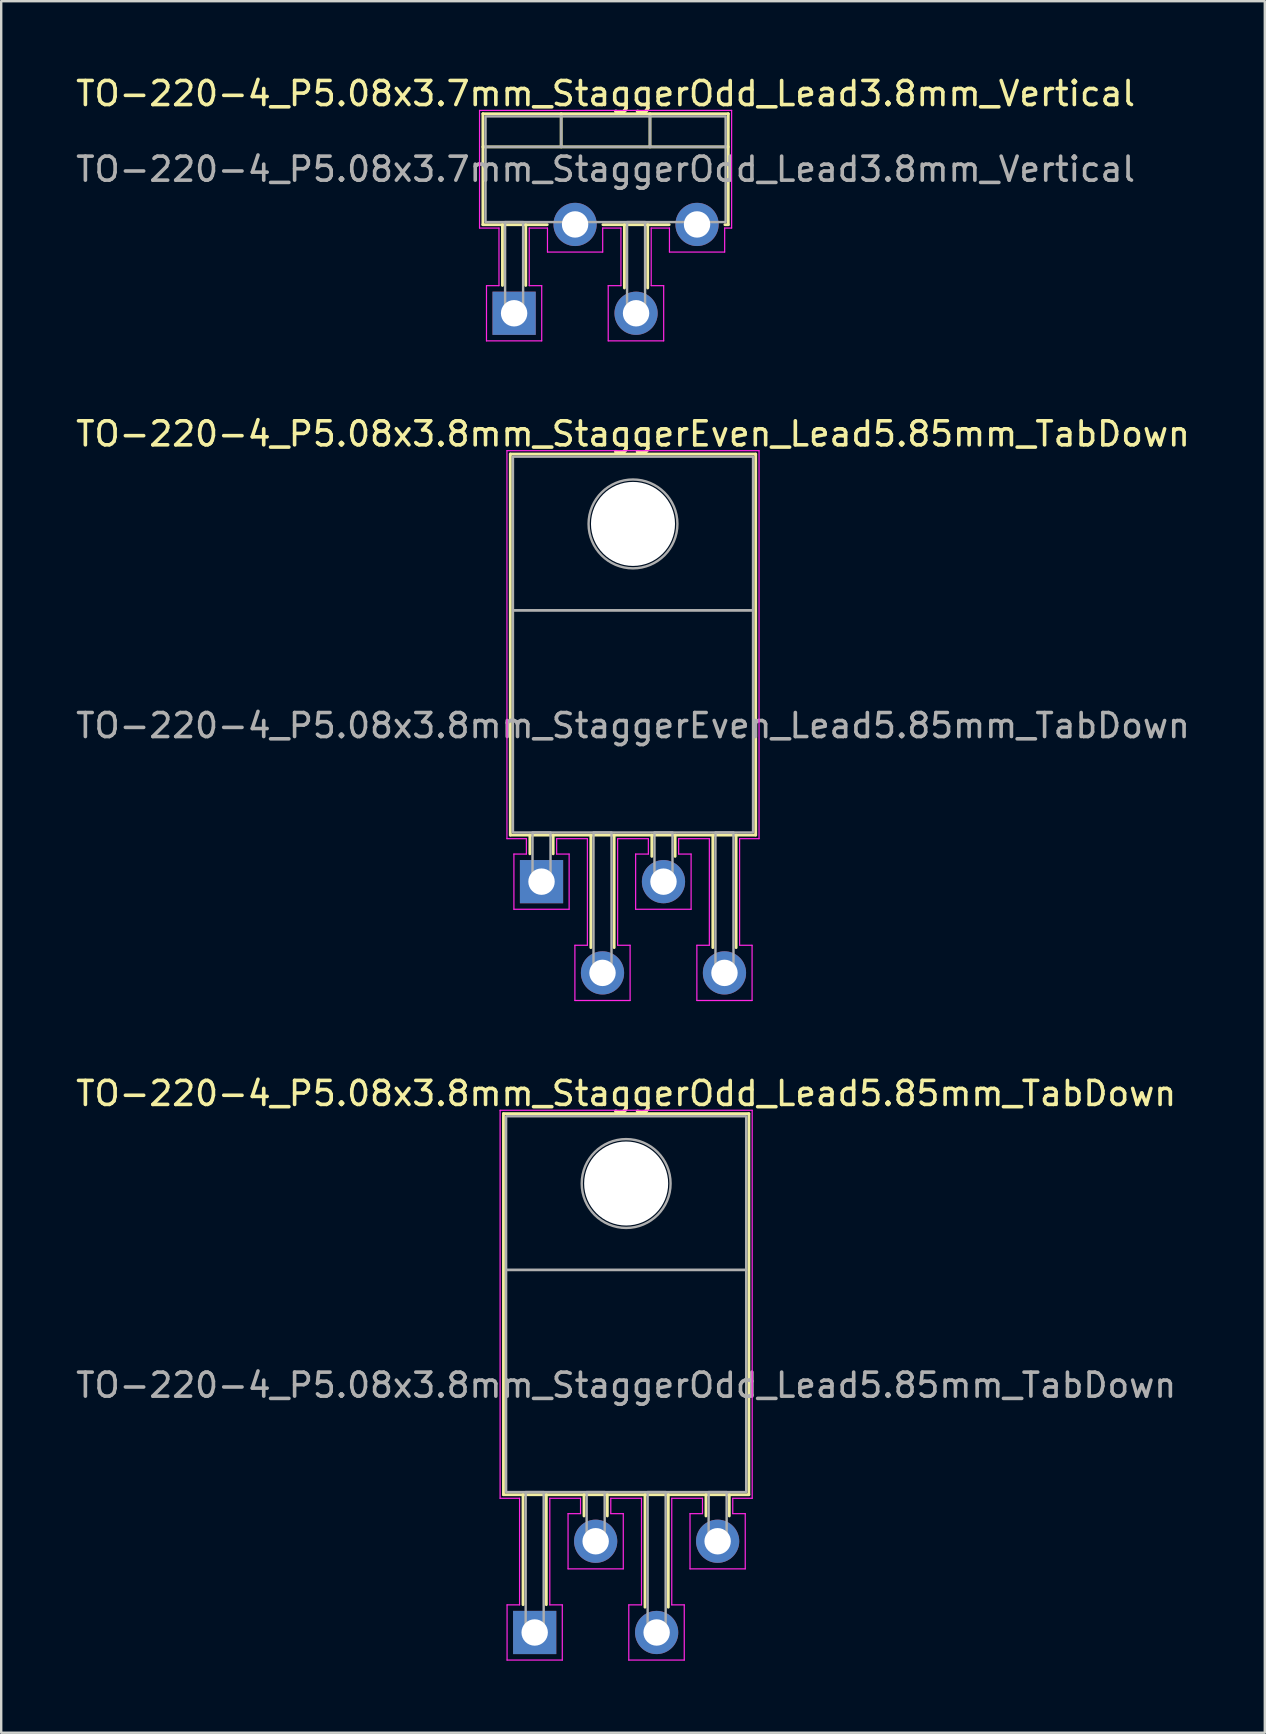
<source format=kicad_pcb>
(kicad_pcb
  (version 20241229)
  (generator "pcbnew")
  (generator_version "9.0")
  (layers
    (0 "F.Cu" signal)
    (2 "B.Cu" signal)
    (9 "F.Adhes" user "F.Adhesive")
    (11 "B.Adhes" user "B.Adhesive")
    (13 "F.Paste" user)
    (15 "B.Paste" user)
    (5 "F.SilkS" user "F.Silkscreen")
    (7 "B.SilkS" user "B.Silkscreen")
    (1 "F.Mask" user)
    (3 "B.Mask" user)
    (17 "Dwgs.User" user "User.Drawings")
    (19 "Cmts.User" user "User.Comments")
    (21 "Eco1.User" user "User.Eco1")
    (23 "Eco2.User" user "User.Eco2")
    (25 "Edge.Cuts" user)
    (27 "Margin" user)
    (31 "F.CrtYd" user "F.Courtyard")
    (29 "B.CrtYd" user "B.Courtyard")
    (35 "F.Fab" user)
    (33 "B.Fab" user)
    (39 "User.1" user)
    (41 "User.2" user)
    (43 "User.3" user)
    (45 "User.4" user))
  (footprint "TO-220-4_P5.08x3.7mm_StaggerOdd_Lead3.8mm_Vertical"
    (layer "F.Cu")
    (at 18.363 9.998)
    (property "Reference" "TO-220-4_P5.08x3.7mm_StaggerOdd_Lead3.8mm_Vertical" (at 3.81 -9.15 0) (layer "F.SilkS") (effects (font (size 1 1) (thickness 0.15))))
    (attr through_hole)
    (fp_line (start -1.3 -8.31) (end -1.3 -3.69) (stroke (width 0.12) (type solid)) (layer "F.SilkS"))
    (fp_line (start -1.3 -8.31) (end 8.92 -8.31) (stroke (width 0.12) (type solid)) (layer "F.SilkS"))
    (fp_line (start -1.3 -6.93) (end 8.92 -6.93) (stroke (width 0.12) (type solid)) (layer "F.SilkS"))
    (fp_line (start -1.3 -3.69) (end 1.38 -3.69) (stroke (width 0.12) (type solid)) (layer "F.SilkS"))
    (fp_line (start -0.485 -3.69) (end -0.485 -1.16) (stroke (width 0.12) (type solid)) (layer "F.SilkS"))
    (fp_line (start 0.485 -3.69) (end 0.485 -1.16) (stroke (width 0.12) (type solid)) (layer "F.SilkS"))
    (fp_line (start 1.96 -8.31) (end 1.96 -6.93) (stroke (width 0.12) (type solid)) (layer "F.SilkS"))
    (fp_line (start 3.7 -3.69) (end 6.46 -3.69) (stroke (width 0.12) (type solid)) (layer "F.SilkS"))
    (fp_line (start 4.595 -3.69) (end 4.595 -1.054) (stroke (width 0.12) (type solid)) (layer "F.SilkS"))
    (fp_line (start 5.565 -3.69) (end 5.565 -1.054) (stroke (width 0.12) (type solid)) (layer "F.SilkS"))
    (fp_line (start 5.66 -8.31) (end 5.66 -6.93) (stroke (width 0.12) (type solid)) (layer "F.SilkS"))
    (fp_line (start 8.78 -3.69) (end 8.92 -3.69) (stroke (width 0.12) (type solid)) (layer "F.SilkS"))
    (fp_line (start 8.92 -8.31) (end 8.92 -3.69) (stroke (width 0.12) (type solid)) (layer "F.SilkS"))
    (fp_line (start -1.44 -8.45) (end 9.06 -8.45) (stroke (width 0.05) (type solid)) (layer "F.CrtYd"))
    (fp_line (start -1.44 -3.55) (end -1.44 -8.45) (stroke (width 0.05) (type solid)) (layer "F.CrtYd"))
    (fp_line (start -1.15 -1.15) (end -0.63 -1.15) (stroke (width 0.05) (type solid)) (layer "F.CrtYd"))
    (fp_line (start -1.15 1.15) (end -1.15 -1.15) (stroke (width 0.05) (type solid)) (layer "F.CrtYd"))
    (fp_line (start -0.63 -3.55) (end -1.44 -3.55) (stroke (width 0.05) (type solid)) (layer "F.CrtYd"))
    (fp_line (start -0.63 -1.15) (end -0.63 -3.55) (stroke (width 0.05) (type solid)) (layer "F.CrtYd"))
    (fp_line (start 0.63 -3.55) (end 0.63 -1.15) (stroke (width 0.05) (type solid)) (layer "F.CrtYd"))
    (fp_line (start 0.63 -1.15) (end 1.15 -1.15) (stroke (width 0.05) (type solid)) (layer "F.CrtYd"))
    (fp_line (start 1.15 -1.15) (end 1.15 1.15) (stroke (width 0.05) (type solid)) (layer "F.CrtYd"))
    (fp_line (start 1.15 1.15) (end -1.15 1.15) (stroke (width 0.05) (type solid)) (layer "F.CrtYd"))
    (fp_line (start 1.39 -3.55) (end 0.63 -3.55) (stroke (width 0.05) (type solid)) (layer "F.CrtYd"))
    (fp_line (start 1.39 -2.55) (end 1.39 -3.55) (stroke (width 0.05) (type solid)) (layer "F.CrtYd"))
    (fp_line (start 3.69 -3.55) (end 3.69 -2.55) (stroke (width 0.05) (type solid)) (layer "F.CrtYd"))
    (fp_line (start 3.69 -2.55) (end 1.39 -2.55) (stroke (width 0.05) (type solid)) (layer "F.CrtYd"))
    (fp_line (start 3.92 -1.15) (end 4.45 -1.15) (stroke (width 0.05) (type solid)) (layer "F.CrtYd"))
    (fp_line (start 3.92 1.15) (end 3.92 -1.15) (stroke (width 0.05) (type solid)) (layer "F.CrtYd"))
    (fp_line (start 4.45 -3.55) (end 3.69 -3.55) (stroke (width 0.05) (type solid)) (layer "F.CrtYd"))
    (fp_line (start 4.45 -1.15) (end 4.45 -3.55) (stroke (width 0.05) (type solid)) (layer "F.CrtYd"))
    (fp_line (start 5.71 -3.55) (end 5.71 -1.15) (stroke (width 0.05) (type solid)) (layer "F.CrtYd"))
    (fp_line (start 5.71 -1.15) (end 6.23 -1.15) (stroke (width 0.05) (type solid)) (layer "F.CrtYd"))
    (fp_line (start 6.23 -1.15) (end 6.23 1.15) (stroke (width 0.05) (type solid)) (layer "F.CrtYd"))
    (fp_line (start 6.23 1.15) (end 3.92 1.15) (stroke (width 0.05) (type solid)) (layer "F.CrtYd"))
    (fp_line (start 6.47 -3.55) (end 5.71 -3.55) (stroke (width 0.05) (type solid)) (layer "F.CrtYd"))
    (fp_line (start 6.47 -2.55) (end 6.47 -3.55) (stroke (width 0.05) (type solid)) (layer "F.CrtYd"))
    (fp_line (start 8.77 -3.55) (end 8.77 -2.55) (stroke (width 0.05) (type solid)) (layer "F.CrtYd"))
    (fp_line (start 8.77 -2.55) (end 6.47 -2.55) (stroke (width 0.05) (type solid)) (layer "F.CrtYd"))
    (fp_line (start 9.06 -8.45) (end 9.06 -3.55) (stroke (width 0.05) (type solid)) (layer "F.CrtYd"))
    (fp_line (start 9.06 -3.55) (end 8.77 -3.55) (stroke (width 0.05) (type solid)) (layer "F.CrtYd"))
    (fp_line (start -1.19 -6.93) (end 8.81 -6.93) (stroke (width 0.1) (type solid)) (layer "F.Fab"))
    (fp_line (start 1.96 -8.2) (end 1.96 -6.93) (stroke (width 0.1) (type solid)) (layer "F.Fab"))
    (fp_line (start 5.66 -8.2) (end 5.66 -6.93) (stroke (width 0.1) (type solid)) (layer "F.Fab"))
    (fp_rect (start -1.19 -8.2) (end 8.81 -3.8) (stroke (width 0.1) (type solid)) (fill no) (layer "F.Fab"))
    (fp_rect (start -0.375 -3.8) (end 0.375 0) (stroke (width 0.1) (type solid)) (fill no) (layer "F.Fab"))
    (fp_rect (start 2.165 -3.8) (end 2.915 -3.7) (stroke (width 0.1) (type solid)) (fill no) (layer "F.Fab"))
    (fp_rect (start 4.705 -3.8) (end 5.455 0) (stroke (width 0.1) (type solid)) (fill no) (layer "F.Fab"))
    (fp_rect (start 7.245 -3.8) (end 7.995 -3.7) (stroke (width 0.1) (type solid)) (fill no) (layer "F.Fab"))
    (fp_text user "${REFERENCE}" (at 3.81 -6 0) (layer "F.Fab") (effects (font (size 1 1) (thickness 0.15))))
    (pad "1" thru_hole rect (at 0 0) (size 1.8 1.8) (drill 1.1) (layers "*.Cu" "*.Mask"))
    (pad "2" thru_hole circle (at 2.54 -3.7) (size 1.8 1.8) (drill 1.1) (layers "*.Cu" "*.Mask"))
    (pad "3" thru_hole circle (at 5.08 0) (size 1.8 1.8) (drill 1.1) (layers "*.Cu" "*.Mask"))
    (pad "4" thru_hole circle (at 7.62 -3.7) (size 1.8 1.8) (drill 1.1) (layers "*.Cu" "*.Mask")))
  (footprint "TO-220-4_P5.08x3.8mm_StaggerOdd_Lead5.85mm_TabDown"
    (layer "F.Cu")
    (at 19.22 64.945)
    (property "Reference" "TO-220-4_P5.08x3.8mm_StaggerOdd_Lead5.85mm_TabDown" (at 3.81 -22.45 0) (layer "F.SilkS") (effects (font (size 1 1) (thickness 0.15))))
    (attr through_hole)
    (fp_line (start -1.3 -21.61) (end 8.92 -21.61) (stroke (width 0.12) (type solid)) (layer "F.SilkS"))
    (fp_line (start -1.3 -5.74) (end -1.3 -21.61) (stroke (width 0.12) (type solid)) (layer "F.SilkS"))
    (fp_line (start -1.3 -5.74) (end 8.92 -5.74) (stroke (width 0.12) (type solid)) (layer "F.SilkS"))
    (fp_line (start -0.485 -5.74) (end -0.485 -1.16) (stroke (width 0.12) (type solid)) (layer "F.SilkS"))
    (fp_line (start 0.485 -5.74) (end 0.485 -1.16) (stroke (width 0.12) (type solid)) (layer "F.SilkS"))
    (fp_line (start 2.055 -5.74) (end 2.055 -4.854) (stroke (width 0.12) (type solid)) (layer "F.SilkS"))
    (fp_line (start 3.025 -5.74) (end 3.025 -4.854) (stroke (width 0.12) (type solid)) (layer "F.SilkS"))
    (fp_line (start 4.595 -5.74) (end 4.595 -1.054) (stroke (width 0.12) (type solid)) (layer "F.SilkS"))
    (fp_line (start 5.565 -5.74) (end 5.565 -1.054) (stroke (width 0.12) (type solid)) (layer "F.SilkS"))
    (fp_line (start 7.135 -5.74) (end 7.135 -4.854) (stroke (width 0.12) (type solid)) (layer "F.SilkS"))
    (fp_line (start 8.105 -5.74) (end 8.105 -4.854) (stroke (width 0.12) (type solid)) (layer "F.SilkS"))
    (fp_line (start 8.92 -5.74) (end 8.92 -21.61) (stroke (width 0.12) (type solid)) (layer "F.SilkS"))
    (fp_line (start -1.44 -21.75) (end 9.06 -21.75) (stroke (width 0.05) (type solid)) (layer "F.CrtYd"))
    (fp_line (start -1.44 -5.59) (end -1.44 -21.75) (stroke (width 0.05) (type solid)) (layer "F.CrtYd"))
    (fp_line (start -1.15 -1.15) (end -0.63 -1.15) (stroke (width 0.05) (type solid)) (layer "F.CrtYd"))
    (fp_line (start -1.15 1.15) (end -1.15 -1.15) (stroke (width 0.05) (type solid)) (layer "F.CrtYd"))
    (fp_line (start -0.63 -5.59) (end -1.44 -5.59) (stroke (width 0.05) (type solid)) (layer "F.CrtYd"))
    (fp_line (start -0.63 -1.15) (end -0.63 -5.59) (stroke (width 0.05) (type solid)) (layer "F.CrtYd"))
    (fp_line (start 0.63 -5.59) (end 0.63 -1.15) (stroke (width 0.05) (type solid)) (layer "F.CrtYd"))
    (fp_line (start 0.63 -1.15) (end 1.15 -1.15) (stroke (width 0.05) (type solid)) (layer "F.CrtYd"))
    (fp_line (start 1.15 -1.15) (end 1.15 1.15) (stroke (width 0.05) (type solid)) (layer "F.CrtYd"))
    (fp_line (start 1.15 1.15) (end -1.15 1.15) (stroke (width 0.05) (type solid)) (layer "F.CrtYd"))
    (fp_line (start 1.39 -4.95) (end 1.91 -4.95) (stroke (width 0.05) (type solid)) (layer "F.CrtYd"))
    (fp_line (start 1.39 -2.65) (end 1.39 -4.95) (stroke (width 0.05) (type solid)) (layer "F.CrtYd"))
    (fp_line (start 1.91 -5.59) (end 0.63 -5.59) (stroke (width 0.05) (type solid)) (layer "F.CrtYd"))
    (fp_line (start 1.91 -4.95) (end 1.91 -5.59) (stroke (width 0.05) (type solid)) (layer "F.CrtYd"))
    (fp_line (start 3.17 -5.59) (end 3.17 -4.95) (stroke (width 0.05) (type solid)) (layer "F.CrtYd"))
    (fp_line (start 3.17 -4.95) (end 3.69 -4.95) (stroke (width 0.05) (type solid)) (layer "F.CrtYd"))
    (fp_line (start 3.69 -4.95) (end 3.69 -2.65) (stroke (width 0.05) (type solid)) (layer "F.CrtYd"))
    (fp_line (start 3.69 -2.65) (end 1.39 -2.65) (stroke (width 0.05) (type solid)) (layer "F.CrtYd"))
    (fp_line (start 3.92 -1.15) (end 4.45 -1.15) (stroke (width 0.05) (type solid)) (layer "F.CrtYd"))
    (fp_line (start 3.92 1.15) (end 3.92 -1.15) (stroke (width 0.05) (type solid)) (layer "F.CrtYd"))
    (fp_line (start 4.45 -5.59) (end 3.17 -5.59) (stroke (width 0.05) (type solid)) (layer "F.CrtYd"))
    (fp_line (start 4.45 -1.15) (end 4.45 -5.59) (stroke (width 0.05) (type solid)) (layer "F.CrtYd"))
    (fp_line (start 5.71 -5.59) (end 5.71 -1.15) (stroke (width 0.05) (type solid)) (layer "F.CrtYd"))
    (fp_line (start 5.71 -1.15) (end 6.23 -1.15) (stroke (width 0.05) (type solid)) (layer "F.CrtYd"))
    (fp_line (start 6.23 -1.15) (end 6.23 1.15) (stroke (width 0.05) (type solid)) (layer "F.CrtYd"))
    (fp_line (start 6.23 1.15) (end 3.92 1.15) (stroke (width 0.05) (type solid)) (layer "F.CrtYd"))
    (fp_line (start 6.47 -4.95) (end 6.99 -4.95) (stroke (width 0.05) (type solid)) (layer "F.CrtYd"))
    (fp_line (start 6.47 -2.65) (end 6.47 -4.95) (stroke (width 0.05) (type solid)) (layer "F.CrtYd"))
    (fp_line (start 6.99 -5.59) (end 5.71 -5.59) (stroke (width 0.05) (type solid)) (layer "F.CrtYd"))
    (fp_line (start 6.99 -4.95) (end 6.99 -5.59) (stroke (width 0.05) (type solid)) (layer "F.CrtYd"))
    (fp_line (start 8.25 -5.59) (end 8.25 -4.95) (stroke (width 0.05) (type solid)) (layer "F.CrtYd"))
    (fp_line (start 8.25 -4.95) (end 8.77 -4.95) (stroke (width 0.05) (type solid)) (layer "F.CrtYd"))
    (fp_line (start 8.77 -4.95) (end 8.77 -2.65) (stroke (width 0.05) (type solid)) (layer "F.CrtYd"))
    (fp_line (start 8.77 -2.65) (end 6.47 -2.65) (stroke (width 0.05) (type solid)) (layer "F.CrtYd"))
    (fp_line (start 9.06 -21.75) (end 9.06 -5.59) (stroke (width 0.05) (type solid)) (layer "F.CrtYd"))
    (fp_line (start 9.06 -5.59) (end 8.25 -5.59) (stroke (width 0.05) (type solid)) (layer "F.CrtYd"))
    (fp_rect (start -1.19 -21.5) (end 8.81 -15.1) (stroke (width 0.1) (type solid)) (fill no) (layer "F.Fab"))
    (fp_rect (start -1.19 -5.85) (end 8.81 -15.1) (stroke (width 0.1) (type solid)) (fill no) (layer "F.Fab"))
    (fp_rect (start -0.375 -5.85) (end 0.375 0) (stroke (width 0.1) (type solid)) (fill no) (layer "F.Fab"))
    (fp_rect (start 2.165 -5.85) (end 2.915 -3.8) (stroke (width 0.1) (type solid)) (fill no) (layer "F.Fab"))
    (fp_rect (start 4.705 -5.85) (end 5.455 0) (stroke (width 0.1) (type solid)) (fill no) (layer "F.Fab"))
    (fp_rect (start 7.245 -5.85) (end 7.995 -3.8) (stroke (width 0.1) (type solid)) (fill no) (layer "F.Fab"))
    (fp_circle (center 3.81 -18.7) (end 5.66 -18.7) (stroke (width 0.1) (type solid)) (fill no) (layer "F.Fab"))
    (fp_text user "${REFERENCE}" (at 3.81 -10.3 0) (layer "F.Fab") (effects (font (size 1 1) (thickness 0.15))))
    (pad "" np_thru_hole circle (at 3.81 -18.7) (size 3.5 3.5) (drill 3.5) (layers "*.Cu" "*.Mask"))
    (pad "1" thru_hole rect (at 0 0) (size 1.8 1.8) (drill 1.1) (layers "*.Cu" "*.Mask"))
    (pad "2" thru_hole circle (at 2.54 -3.8) (size 1.8 1.8) (drill 1.1) (layers "*.Cu" "*.Mask"))
    (pad "3" thru_hole circle (at 5.08 0) (size 1.8 1.8) (drill 1.1) (layers "*.Cu" "*.Mask"))
    (pad "4" thru_hole circle (at 7.62 -3.8) (size 1.8 1.8) (drill 1.1) (layers "*.Cu" "*.Mask")))
  (footprint "TO-220-4_P5.08x3.8mm_StaggerEven_Lead5.85mm_TabDown"
    (layer "F.Cu")
    (at 19.505 33.672)
    (property "Reference" "TO-220-4_P5.08x3.8mm_StaggerEven_Lead5.85mm_TabDown" (at 3.81 -18.65 0) (layer "F.SilkS") (effects (font (size 1 1) (thickness 0.15))))
    (attr through_hole)
    (fp_line (start -1.3 -17.81) (end 8.92 -17.81) (stroke (width 0.12) (type solid)) (layer "F.SilkS"))
    (fp_line (start -1.3 -1.94) (end -1.3 -17.81) (stroke (width 0.12) (type solid)) (layer "F.SilkS"))
    (fp_line (start -1.3 -1.94) (end 8.92 -1.94) (stroke (width 0.12) (type solid)) (layer "F.SilkS"))
    (fp_line (start -0.485 -1.94) (end -0.485 -1.16) (stroke (width 0.12) (type solid)) (layer "F.SilkS"))
    (fp_line (start 0.485 -1.94) (end 0.485 -1.16) (stroke (width 0.12) (type solid)) (layer "F.SilkS"))
    (fp_line (start 2.055 -1.94) (end 2.055 2.746) (stroke (width 0.12) (type solid)) (layer "F.SilkS"))
    (fp_line (start 3.025 -1.94) (end 3.025 2.746) (stroke (width 0.12) (type solid)) (layer "F.SilkS"))
    (fp_line (start 4.595 -1.94) (end 4.595 -1.054) (stroke (width 0.12) (type solid)) (layer "F.SilkS"))
    (fp_line (start 5.565 -1.94) (end 5.565 -1.054) (stroke (width 0.12) (type solid)) (layer "F.SilkS"))
    (fp_line (start 7.135 -1.94) (end 7.135 2.746) (stroke (width 0.12) (type solid)) (layer "F.SilkS"))
    (fp_line (start 8.105 -1.94) (end 8.105 2.746) (stroke (width 0.12) (type solid)) (layer "F.SilkS"))
    (fp_line (start 8.92 -1.94) (end 8.92 -17.81) (stroke (width 0.12) (type solid)) (layer "F.SilkS"))
    (fp_line (start -1.44 -17.95) (end 9.06 -17.95) (stroke (width 0.05) (type solid)) (layer "F.CrtYd"))
    (fp_line (start -1.44 -1.79) (end -1.44 -17.95) (stroke (width 0.05) (type solid)) (layer "F.CrtYd"))
    (fp_line (start -1.15 -1.15) (end -0.63 -1.15) (stroke (width 0.05) (type solid)) (layer "F.CrtYd"))
    (fp_line (start -1.15 1.15) (end -1.15 -1.15) (stroke (width 0.05) (type solid)) (layer "F.CrtYd"))
    (fp_line (start -0.63 -1.79) (end -1.44 -1.79) (stroke (width 0.05) (type solid)) (layer "F.CrtYd"))
    (fp_line (start -0.63 -1.15) (end -0.63 -1.79) (stroke (width 0.05) (type solid)) (layer "F.CrtYd"))
    (fp_line (start 0.63 -1.79) (end 0.63 -1.15) (stroke (width 0.05) (type solid)) (layer "F.CrtYd"))
    (fp_line (start 0.63 -1.15) (end 1.15 -1.15) (stroke (width 0.05) (type solid)) (layer "F.CrtYd"))
    (fp_line (start 1.15 -1.15) (end 1.15 1.15) (stroke (width 0.05) (type solid)) (layer "F.CrtYd"))
    (fp_line (start 1.15 1.15) (end -1.15 1.15) (stroke (width 0.05) (type solid)) (layer "F.CrtYd"))
    (fp_line (start 1.39 2.65) (end 1.91 2.65) (stroke (width 0.05) (type solid)) (layer "F.CrtYd"))
    (fp_line (start 1.39 4.95) (end 1.39 2.65) (stroke (width 0.05) (type solid)) (layer "F.CrtYd"))
    (fp_line (start 1.91 -1.79) (end 0.63 -1.79) (stroke (width 0.05) (type solid)) (layer "F.CrtYd"))
    (fp_line (start 1.91 2.65) (end 1.91 -1.79) (stroke (width 0.05) (type solid)) (layer "F.CrtYd"))
    (fp_line (start 3.17 -1.79) (end 3.17 2.65) (stroke (width 0.05) (type solid)) (layer "F.CrtYd"))
    (fp_line (start 3.17 2.65) (end 3.69 2.65) (stroke (width 0.05) (type solid)) (layer "F.CrtYd"))
    (fp_line (start 3.69 2.65) (end 3.69 4.95) (stroke (width 0.05) (type solid)) (layer "F.CrtYd"))
    (fp_line (start 3.69 4.95) (end 1.39 4.95) (stroke (width 0.05) (type solid)) (layer "F.CrtYd"))
    (fp_line (start 3.92 -1.15) (end 4.45 -1.15) (stroke (width 0.05) (type solid)) (layer "F.CrtYd"))
    (fp_line (start 3.92 1.15) (end 3.92 -1.15) (stroke (width 0.05) (type solid)) (layer "F.CrtYd"))
    (fp_line (start 4.45 -1.79) (end 3.17 -1.79) (stroke (width 0.05) (type solid)) (layer "F.CrtYd"))
    (fp_line (start 4.45 -1.15) (end 4.45 -1.79) (stroke (width 0.05) (type solid)) (layer "F.CrtYd"))
    (fp_line (start 5.71 -1.79) (end 5.71 -1.15) (stroke (width 0.05) (type solid)) (layer "F.CrtYd"))
    (fp_line (start 5.71 -1.15) (end 6.23 -1.15) (stroke (width 0.05) (type solid)) (layer "F.CrtYd"))
    (fp_line (start 6.23 -1.15) (end 6.23 1.15) (stroke (width 0.05) (type solid)) (layer "F.CrtYd"))
    (fp_line (start 6.23 1.15) (end 3.92 1.15) (stroke (width 0.05) (type solid)) (layer "F.CrtYd"))
    (fp_line (start 6.47 2.65) (end 6.99 2.65) (stroke (width 0.05) (type solid)) (layer "F.CrtYd"))
    (fp_line (start 6.47 4.95) (end 6.47 2.65) (stroke (width 0.05) (type solid)) (layer "F.CrtYd"))
    (fp_line (start 6.99 -1.79) (end 5.71 -1.79) (stroke (width 0.05) (type solid)) (layer "F.CrtYd"))
    (fp_line (start 6.99 2.65) (end 6.99 -1.79) (stroke (width 0.05) (type solid)) (layer "F.CrtYd"))
    (fp_line (start 8.25 -1.79) (end 8.25 2.65) (stroke (width 0.05) (type solid)) (layer "F.CrtYd"))
    (fp_line (start 8.25 2.65) (end 8.77 2.65) (stroke (width 0.05) (type solid)) (layer "F.CrtYd"))
    (fp_line (start 8.77 2.65) (end 8.77 4.95) (stroke (width 0.05) (type solid)) (layer "F.CrtYd"))
    (fp_line (start 8.77 4.95) (end 6.47 4.95) (stroke (width 0.05) (type solid)) (layer "F.CrtYd"))
    (fp_line (start 9.06 -17.95) (end 9.06 -1.79) (stroke (width 0.05) (type solid)) (layer "F.CrtYd"))
    (fp_line (start 9.06 -1.79) (end 8.25 -1.79) (stroke (width 0.05) (type solid)) (layer "F.CrtYd"))
    (fp_rect (start -1.19 -17.7) (end 8.81 -11.3) (stroke (width 0.1) (type solid)) (fill no) (layer "F.Fab"))
    (fp_rect (start -1.19 -2.05) (end 8.81 -11.3) (stroke (width 0.1) (type solid)) (fill no) (layer "F.Fab"))
    (fp_rect (start -0.375 -2.05) (end 0.375 0) (stroke (width 0.1) (type solid)) (fill no) (layer "F.Fab"))
    (fp_rect (start 2.165 -2.05) (end 2.915 3.8) (stroke (width 0.1) (type solid)) (fill no) (layer "F.Fab"))
    (fp_rect (start 4.705 -2.05) (end 5.455 0) (stroke (width 0.1) (type solid)) (fill no) (layer "F.Fab"))
    (fp_rect (start 7.245 -2.05) (end 7.995 3.8) (stroke (width 0.1) (type solid)) (fill no) (layer "F.Fab"))
    (fp_circle (center 3.81 -14.9) (end 5.66 -14.9) (stroke (width 0.1) (type solid)) (fill no) (layer "F.Fab"))
    (fp_text user "${REFERENCE}" (at 3.81 -6.5 0) (layer "F.Fab") (effects (font (size 1 1) (thickness 0.15))))
    (pad "" np_thru_hole circle (at 3.81 -14.9) (size 3.5 3.5) (drill 3.5) (layers "*.Cu" "*.Mask"))
    (pad "1" thru_hole rect (at 0 0) (size 1.8 1.8) (drill 1.1) (layers "*.Cu" "*.Mask"))
    (pad "2" thru_hole circle (at 2.54 3.8) (size 1.8 1.8) (drill 1.1) (layers "*.Cu" "*.Mask"))
    (pad "3" thru_hole circle (at 5.08 0) (size 1.8 1.8) (drill 1.1) (layers "*.Cu" "*.Mask"))
    (pad "4" thru_hole circle (at 7.62 3.8) (size 1.8 1.8) (drill 1.1) (layers "*.Cu" "*.Mask")))
  (gr_rect
    (start -3 -3)
    (end 49.631 69.12)
    (stroke (width 0.1) (type default))
    (fill no)
    (layer "Edge.Cuts")))
</source>
